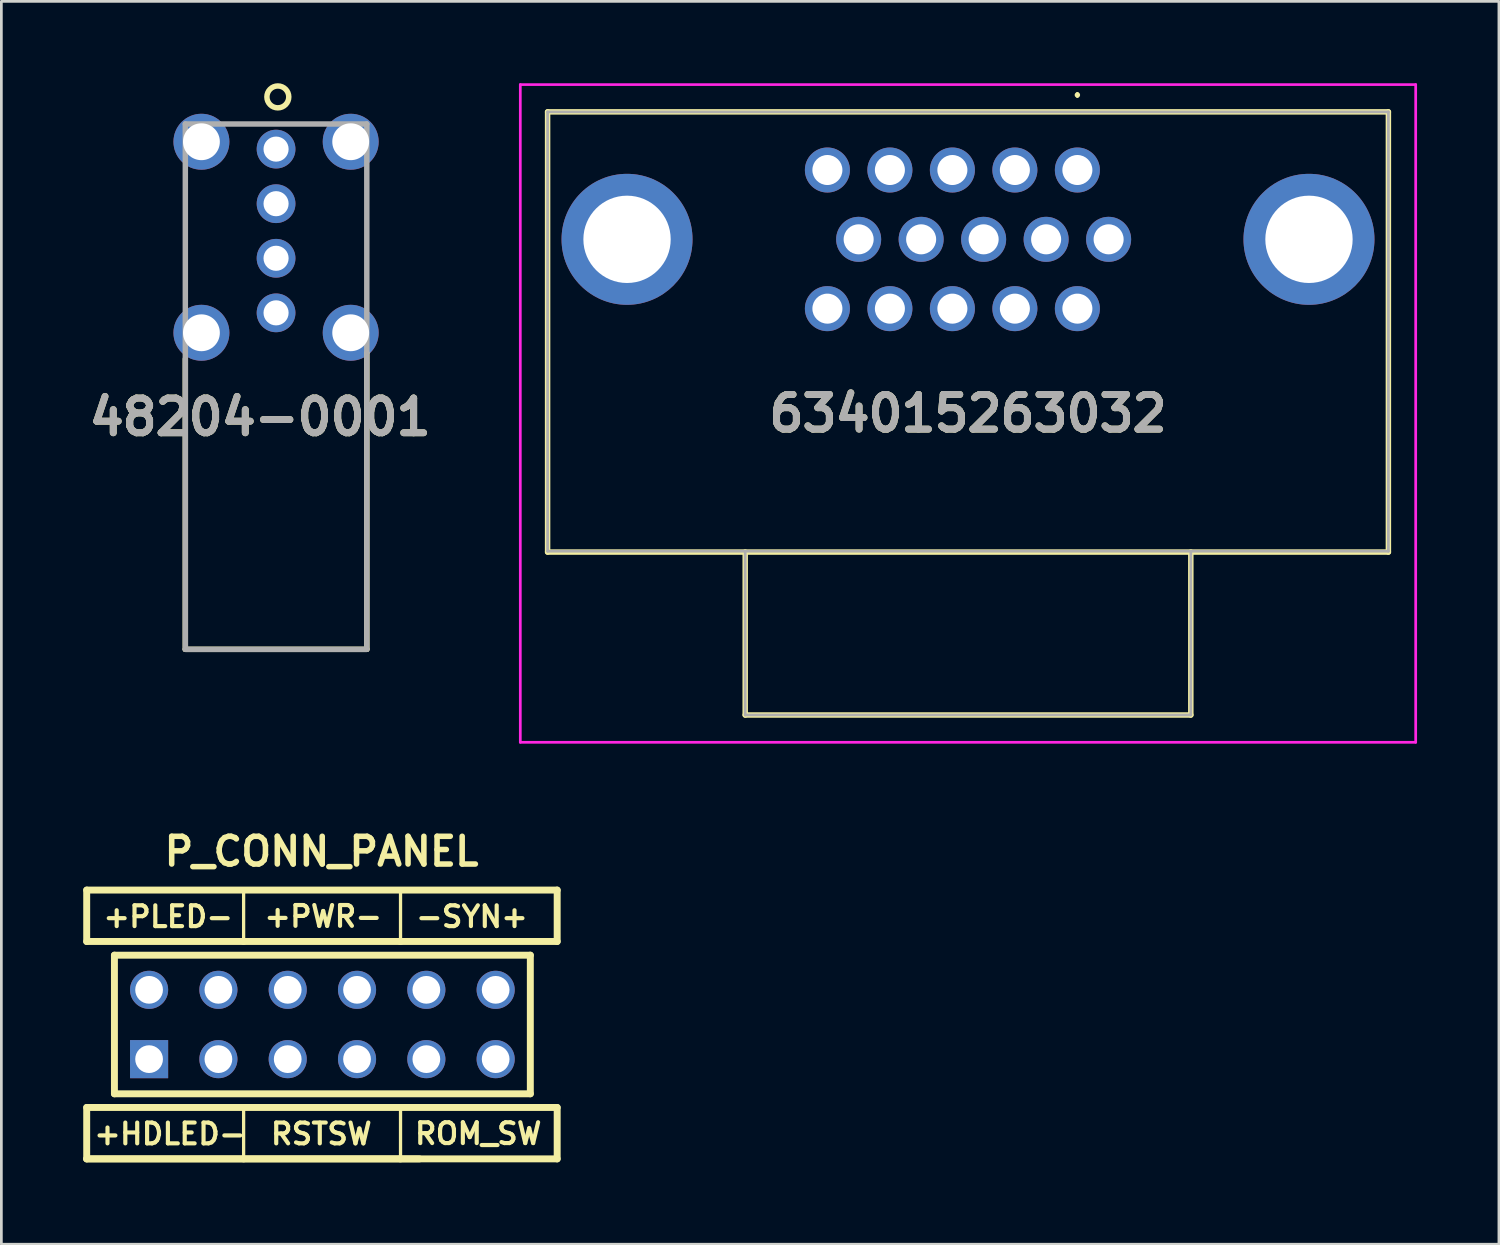
<source format=kicad_pcb>
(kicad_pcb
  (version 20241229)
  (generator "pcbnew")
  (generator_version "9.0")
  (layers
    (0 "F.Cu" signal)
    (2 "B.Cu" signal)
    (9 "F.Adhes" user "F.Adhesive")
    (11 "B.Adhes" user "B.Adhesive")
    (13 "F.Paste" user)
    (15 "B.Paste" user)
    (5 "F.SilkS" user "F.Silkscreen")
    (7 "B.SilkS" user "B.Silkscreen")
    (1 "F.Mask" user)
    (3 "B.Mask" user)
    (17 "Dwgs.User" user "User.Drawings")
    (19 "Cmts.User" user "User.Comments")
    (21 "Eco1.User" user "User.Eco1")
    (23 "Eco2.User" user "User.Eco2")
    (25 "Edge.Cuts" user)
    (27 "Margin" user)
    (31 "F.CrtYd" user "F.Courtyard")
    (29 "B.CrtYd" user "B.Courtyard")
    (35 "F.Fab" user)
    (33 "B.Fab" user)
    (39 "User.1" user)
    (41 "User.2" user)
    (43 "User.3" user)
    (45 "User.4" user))
  (footprint "634015263032"
    (layer "F.Cu")
    (at 36.429 3.18)
    (property "Reference" "634015263032" (at -4.008 8.92 0) (layer "F.SilkS") (effects (font (size 1.27 1.27) (thickness 0.254))))
    (attr through_hole)
    (fp_line (start -19.413 -2.13) (end 11.397 -2.13) (stroke (width 0.2) (type solid)) (layer "F.SilkS"))
    (fp_line (start -19.413 14) (end -19.413 -2.13) (stroke (width 0.2) (type solid)) (layer "F.SilkS"))
    (fp_line (start -12.172 14) (end -12.172 19.97) (stroke (width 0.2) (type solid)) (layer "F.SilkS"))
    (fp_line (start -12.172 19.97) (end 4.157 19.97) (stroke (width 0.2) (type solid)) (layer "F.SilkS"))
    (fp_line (start 0 -2.8) (end 0 -2.8) (stroke (width 0.1) (type solid)) (layer "F.SilkS"))
    (fp_line (start 0 -2.7) (end 0 -2.7) (stroke (width 0.1) (type solid)) (layer "F.SilkS"))
    (fp_line (start 4.157 19.97) (end 4.157 14) (stroke (width 0.2) (type solid)) (layer "F.SilkS"))
    (fp_line (start 11.397 -2.13) (end 11.397 14) (stroke (width 0.2) (type solid)) (layer "F.SilkS"))
    (fp_line (start 11.397 14) (end -19.413 14) (stroke (width 0.2) (type solid)) (layer "F.SilkS"))
    (fp_arc (start 0 -2.8) (mid 0.05 -2.75) (end 0 -2.7) (stroke (width 0.1) (type solid)) (layer "F.SilkS"))
    (fp_arc (start 0 -2.7) (mid -0.05 -2.75) (end 0 -2.8) (stroke (width 0.1) (type solid)) (layer "F.SilkS"))
    (fp_line (start -20.413 -3.13) (end 12.397 -3.13) (stroke (width 0.1) (type solid)) (layer "F.CrtYd"))
    (fp_line (start -20.413 20.97) (end -20.413 -3.13) (stroke (width 0.1) (type solid)) (layer "F.CrtYd"))
    (fp_line (start 12.397 -3.13) (end 12.397 20.97) (stroke (width 0.1) (type solid)) (layer "F.CrtYd"))
    (fp_line (start 12.397 20.97) (end -20.413 20.97) (stroke (width 0.1) (type solid)) (layer "F.CrtYd"))
    (fp_line (start -19.413 -2.13) (end 11.397 -2.13) (stroke (width 0.1) (type solid)) (layer "F.Fab"))
    (fp_line (start -19.413 13.97) (end -19.413 -2.13) (stroke (width 0.1) (type solid)) (layer "F.Fab"))
    (fp_line (start -12.172 13.97) (end -12.172 19.97) (stroke (width 0.1) (type solid)) (layer "F.Fab"))
    (fp_line (start -12.172 19.97) (end 4.157 19.97) (stroke (width 0.1) (type solid)) (layer "F.Fab"))
    (fp_line (start 4.157 19.97) (end 4.157 13.97) (stroke (width 0.1) (type solid)) (layer "F.Fab"))
    (fp_line (start 11.397 -2.13) (end 11.397 13.97) (stroke (width 0.1) (type solid)) (layer "F.Fab"))
    (fp_line (start 11.397 13.97) (end -19.413 13.97) (stroke (width 0.1) (type solid)) (layer "F.Fab"))
    (fp_text user "${REFERENCE}" (at -4.008 8.92 0) (layer "F.Fab") (effects (font (size 1.27 1.27) (thickness 0.254))))
    (pad "1" thru_hole circle (at 0 0) (size 1.65 1.65) (drill 1.1) (layers "*.Cu" "*.Mask"))
    (pad "2" thru_hole circle (at -2.29 0) (size 1.65 1.65) (drill 1.1) (layers "*.Cu" "*.Mask"))
    (pad "3" thru_hole circle (at -4.58 0) (size 1.65 1.65) (drill 1.1) (layers "*.Cu" "*.Mask"))
    (pad "4" thru_hole circle (at -6.87 0) (size 1.65 1.65) (drill 1.1) (layers "*.Cu" "*.Mask"))
    (pad "5" thru_hole circle (at -9.16 0) (size 1.65 1.65) (drill 1.1) (layers "*.Cu" "*.Mask"))
    (pad "6" thru_hole circle (at 1.145 2.54) (size 1.65 1.65) (drill 1.1) (layers "*.Cu" "*.Mask"))
    (pad "7" thru_hole circle (at -1.145 2.54) (size 1.65 1.65) (drill 1.1) (layers "*.Cu" "*.Mask"))
    (pad "8" thru_hole circle (at -3.435 2.54) (size 1.65 1.65) (drill 1.1) (layers "*.Cu" "*.Mask"))
    (pad "9" thru_hole circle (at -5.725 2.54) (size 1.65 1.65) (drill 1.1) (layers "*.Cu" "*.Mask"))
    (pad "10" thru_hole circle (at -8.015 2.54) (size 1.65 1.65) (drill 1.1) (layers "*.Cu" "*.Mask"))
    (pad "11" thru_hole circle (at 0 5.08) (size 1.65 1.65) (drill 1.1) (layers "*.Cu" "*.Mask"))
    (pad "12" thru_hole circle (at -2.29 5.08) (size 1.65 1.65) (drill 1.1) (layers "*.Cu" "*.Mask"))
    (pad "13" thru_hole circle (at -4.58 5.08) (size 1.65 1.65) (drill 1.1) (layers "*.Cu" "*.Mask"))
    (pad "14" thru_hole circle (at -6.87 5.08) (size 1.65 1.65) (drill 1.1) (layers "*.Cu" "*.Mask"))
    (pad "15" thru_hole circle (at -9.16 5.08) (size 1.65 1.65) (drill 1.1) (layers "*.Cu" "*.Mask"))
    (pad "MH1" thru_hole circle (at 8.487 2.54) (size 4.8 4.8) (drill 3.2) (layers "*.Cu" "*.Mask"))
    (pad "MH2" thru_hole circle (at -16.502 2.54) (size 4.8 4.8) (drill 3.2) (layers "*.Cu" "*.Mask")))
  (footprint "48204-0001"
    (layer "F.Cu")
    (at 3.741 1.493)
    (property "Reference" "48204-0001" (at 2.742 10.74 0) (layer "F.SilkS") (effects (font (size 1.27 1.27) (thickness 0.254))))
    (attr through_hole)
    (fp_line (start 0 19.25) (end 0 8.61) (stroke (width 0.2) (type solid)) (layer "F.SilkS"))
    (fp_line (start 0 19.25) (end 6.65 19.25) (stroke (width 0.2) (type solid)) (layer "F.SilkS"))
    (fp_line (start 6.65 19.25) (end 6.65 8.393) (stroke (width 0.2) (type solid)) (layer "F.SilkS"))
    (fp_circle (center 3.39 -0.992) (end 3.39 -0.591) (stroke (width 0.2) (type solid)) (fill no) (layer "F.SilkS"))
    (fp_line (start 0 0) (end 6.65 0) (stroke (width 0.2) (type solid)) (layer "F.Fab"))
    (fp_line (start 0 19.25) (end 0 0) (stroke (width 0.2) (type solid)) (layer "F.Fab"))
    (fp_line (start 6.65 0) (end 6.65 19.25) (stroke (width 0.2) (type solid)) (layer "F.Fab"))
    (fp_line (start 6.65 19.25) (end 0 19.25) (stroke (width 0.2) (type solid)) (layer "F.Fab"))
    (fp_text user "${REFERENCE}" (at 2.742 10.74 0) (layer "F.Fab") (effects (font (size 1.27 1.27) (thickness 0.254))))
    (pad "1" thru_hole circle (at 3.325 0.921) (size 1.42 1.42) (drill 0.92) (layers "*.Cu" "*.Mask"))
    (pad "2" thru_hole circle (at 3.325 2.921) (size 1.42 1.42) (drill 0.92) (layers "*.Cu" "*.Mask"))
    (pad "3" thru_hole circle (at 3.325 4.921) (size 1.42 1.42) (drill 0.92) (layers "*.Cu" "*.Mask"))
    (pad "4" thru_hole circle (at 3.325 6.921) (size 1.42 1.42) (drill 0.92) (layers "*.Cu" "*.Mask"))
    (pad "5" thru_hole circle (at 6.06 0.651) (size 2.05 2.05) (drill 1.35) (layers "*.Cu" "*.Mask"))
    (pad "6" thru_hole circle (at 6.06 7.651) (size 2.05 2.05) (drill 1.35) (layers "*.Cu" "*.Mask"))
    (pad "7" thru_hole circle (at 0.59 7.651) (size 2.05 2.05) (drill 1.35) (layers "*.Cu" "*.Mask"))
    (pad "8" thru_hole circle (at 0.59 0.651) (size 2.05 2.05) (drill 1.35) (layers "*.Cu" "*.Mask")))
  (footprint "P_CONN_PANEL"
    (layer "F.Cu")
    (at 6.223 34.491)
    (property "Reference" "P_CONN_PANEL" (at 2.51 -6.34 180) (layer "F.SilkS") (effects (font (size 1.016 1.016) (thickness 0.203))))
    (property "Value" "${VALUE}" (at 2.15 6.7 0) (layer "F.SilkS") (hide yes) (effects (font (size 1.016 0.914) (thickness 0.203) (italic yes))))
    (attr through_hole)
    (fp_line (start -6.096 -3.041) (end -6.096 -4.925) (stroke (width 0.254) (type default)) (layer "F.SilkS"))
    (fp_line (start -6.096 4.925) (end -6.096 3.041) (stroke (width 0.254) (type default)) (layer "F.SilkS"))
    (fp_line (start -5.08 -2.54) (end 10.16 -2.54) (stroke (width 0.254) (type solid)) (layer "F.SilkS"))
    (fp_line (start -5.08 2.54) (end -5.08 -2.54) (stroke (width 0.254) (type solid)) (layer "F.SilkS"))
    (fp_line (start -0.346 -4.946) (end -0.346 -3.041) (stroke (width 0.12) (type default)) (layer "F.SilkS"))
    (fp_line (start -0.346 -3.041) (end -6.096 -3.041) (stroke (width 0.254) (type default)) (layer "F.SilkS"))
    (fp_line (start -0.346 3.02) (end -0.346 4.925) (stroke (width 0.12) (type default)) (layer "F.SilkS"))
    (fp_line (start -0.346 4.925) (end -6.096 4.925) (stroke (width 0.254) (type default)) (layer "F.SilkS"))
    (fp_line (start 5.404 -4.946) (end 5.404 -3.041) (stroke (width 0.12) (type default)) (layer "F.SilkS"))
    (fp_line (start 5.404 -3.041) (end -0.346 -3.041) (stroke (width 0.254) (type default)) (layer "F.SilkS"))
    (fp_line (start 5.404 3.02) (end 5.404 4.925) (stroke (width 0.12) (type default)) (layer "F.SilkS"))
    (fp_line (start 5.404 4.925) (end -0.346 4.925) (stroke (width 0.254) (type default)) (layer "F.SilkS"))
    (fp_line (start 6.096 4.925) (end -6.096 4.925) (stroke (width 0.254) (type default)) (layer "F.SilkS"))
    (fp_line (start 10.16 -2.54) (end 10.16 2.54) (stroke (width 0.254) (type solid)) (layer "F.SilkS"))
    (fp_line (start 10.16 2.54) (end -5.08 2.54) (stroke (width 0.254) (type solid)) (layer "F.SilkS"))
    (fp_line (start 11.144 -3.041) (end 5.394 -3.041) (stroke (width 0.254) (type default)) (layer "F.SilkS"))
    (fp_line (start 11.144 -4.925) (end -6.096 -4.925) (stroke (width 0.254) (type default)) (layer "F.SilkS"))
    (fp_line (start 11.144 -4.925) (end 11.144 -3.041) (stroke (width 0.254) (type default)) (layer "F.SilkS"))
    (fp_line (start 11.144 4.925) (end 5.394 4.925) (stroke (width 0.254) (type default)) (layer "F.SilkS"))
    (fp_line (start 11.144 3.041) (end -6.096 3.041) (stroke (width 0.254) (type default)) (layer "F.SilkS"))
    (fp_line (start 11.144 3.041) (end 11.144 4.925) (stroke (width 0.254) (type default)) (layer "F.SilkS"))
    (fp_text user "ROM_SW" (at 8.25 4 0) (unlocked yes) (layer "F.SilkS") (effects (font (size 0.762 0.762) (thickness 0.152) (bold yes))))
    (fp_text user "+PWR-" (at 2.57 -3.96 0) (unlocked yes) (layer "F.SilkS") (effects (font (size 0.762 0.762) (thickness 0.152) (bold yes))))
    (fp_text user "+HDLED-" (at -3.048 4.011 0) (unlocked yes) (layer "F.SilkS") (effects (font (size 0.762 0.762) (thickness 0.152) (bold yes))))
    (fp_text user "RSTSW" (at 2.5 4.011 0) (unlocked yes) (layer "F.SilkS") (effects (font (size 0.762 0.762) (thickness 0.152) (bold yes))))
    (fp_text user "+PLED-" (at -3.11 -3.95 0) (unlocked yes) (layer "F.SilkS") (effects (font (size 0.762 0.762) (thickness 0.152) (bold yes))))
    (fp_text user "-SYN+" (at 8.02 -3.95 0) (unlocked yes) (layer "F.SilkS") (effects (font (size 0.762 0.762) (thickness 0.152) (bold yes))))
    (pad "1" thru_hole rect (at -3.81 1.27) (size 1.397 1.397) (drill 1.016) (layers "*.Cu" "*.Mask"))
    (pad "2" thru_hole circle (at -1.27 1.27) (size 1.397 1.397) (drill 1.016) (layers "*.Cu" "*.Mask"))
    (pad "3" thru_hole circle (at 1.27 1.27) (size 1.397 1.397) (drill 1.016) (layers "*.Cu" "*.Mask"))
    (pad "4" thru_hole circle (at 3.81 1.27) (size 1.397 1.397) (drill 1.016) (layers "*.Cu" "*.Mask"))
    (pad "5" thru_hole circle (at 6.35 1.27) (size 1.397 1.397) (drill 1.016) (layers "*.Cu" "*.Mask"))
    (pad "6" thru_hole circle (at 8.89 1.27) (size 1.397 1.397) (drill 1.016) (layers "*.Cu" "*.Mask"))
    (pad "7" thru_hole circle (at 8.89 -1.27) (size 1.397 1.397) (drill 1.016) (layers "*.Cu" "*.Mask"))
    (pad "8" thru_hole circle (at 6.35 -1.27) (size 1.397 1.397) (drill 1.016) (layers "*.Cu" "*.Mask"))
    (pad "9" thru_hole circle (at 3.81 -1.27) (size 1.397 1.397) (drill 1.016) (layers "*.Cu" "*.Mask"))
    (pad "10" thru_hole circle (at 1.27 -1.27) (size 1.397 1.397) (drill 1.016) (layers "*.Cu" "*.Mask"))
    (pad "11" thru_hole circle (at -1.27 -1.27) (size 1.397 1.397) (drill 1.016) (layers "*.Cu" "*.Mask"))
    (pad "12" thru_hole circle (at -3.81 -1.27) (size 1.397 1.397) (drill 1.016) (layers "*.Cu" "*.Mask")))
  (gr_rect
    (start -3 -3)
    (end 51.876 42.543)
    (stroke (width 0.1) (type default))
    (fill no)
    (layer "Edge.Cuts")))
</source>
